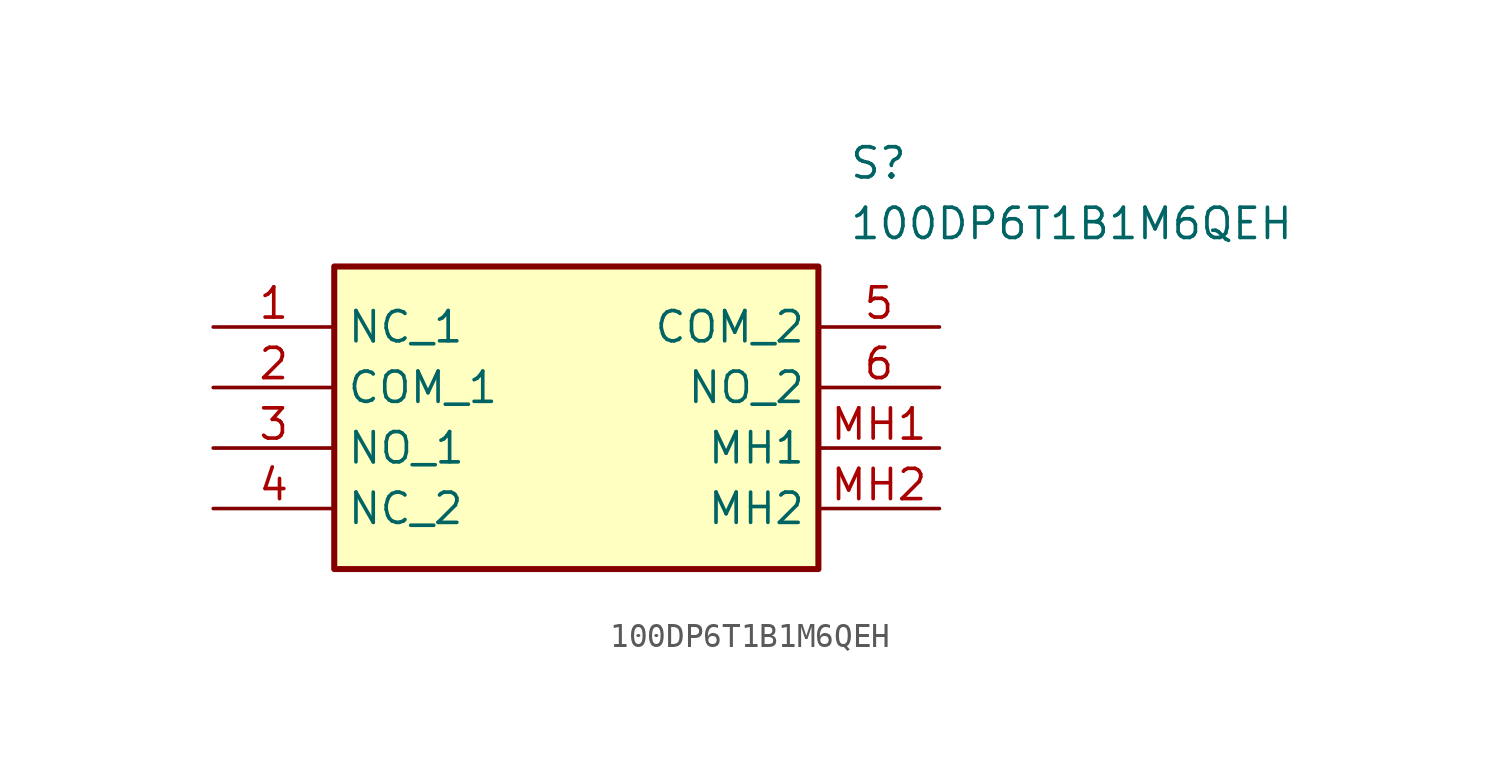
<source format=kicad_sym>
(kicad_symbol_lib
  (version 20211014)
  (generator SamacSys_ECAD_Model)
  (symbol "100DP6T1B1M6QEH"
    (property "Reference" "S"
      (at 26.67 7.62 0)
      (effects (font (size 1.27 1.27)) (justify left top)))
    (property "Value" "100DP6T1B1M6QEH"
      (at 26.67 5.08 0)
      (effects (font (size 1.27 1.27)) (justify left top)))
    (rectangle
      (start 5.08 2.54)
      (end 25.4 -10.16)
      (stroke (width 0.254) (type default))
      (fill (type background)))
    (pin passive line
      (at 0 0 0)
      (length 5.08)
      (name "NC_1" (effects (font (size 1.27 1.27))))
      (number "1" (effects (font (size 1.27 1.27)))))
    (pin passive line
      (at 0 -2.54 0)
      (length 5.08)
      (name "COM_1" (effects (font (size 1.27 1.27))))
      (number "2" (effects (font (size 1.27 1.27)))))
    (pin passive line
      (at 0 -5.08 0)
      (length 5.08)
      (name "NO_1" (effects (font (size 1.27 1.27))))
      (number "3" (effects (font (size 1.27 1.27)))))
    (pin passive line
      (at 0 -7.62 0)
      (length 5.08)
      (name "NC_2" (effects (font (size 1.27 1.27))))
      (number "4" (effects (font (size 1.27 1.27)))))
    (pin passive line
      (at 30.48 0 180)
      (length 5.08)
      (name "COM_2" (effects (font (size 1.27 1.27))))
      (number "5" (effects (font (size 1.27 1.27)))))
    (pin passive line
      (at 30.48 -2.54 180)
      (length 5.08)
      (name "NO_2" (effects (font (size 1.27 1.27))))
      (number "6" (effects (font (size 1.27 1.27)))))
    (pin passive line
      (at 30.48 -5.08 180)
      (length 5.08)
      (name "MH1" (effects (font (size 1.27 1.27))))
      (number "MH1" (effects (font (size 1.27 1.27)))))
    (pin passive line
      (at 30.48 -7.62 180)
      (length 5.08)
      (name "MH2" (effects (font (size 1.27 1.27))))
      (number "MH2" (effects (font (size 1.27 1.27)))))))
</source>
